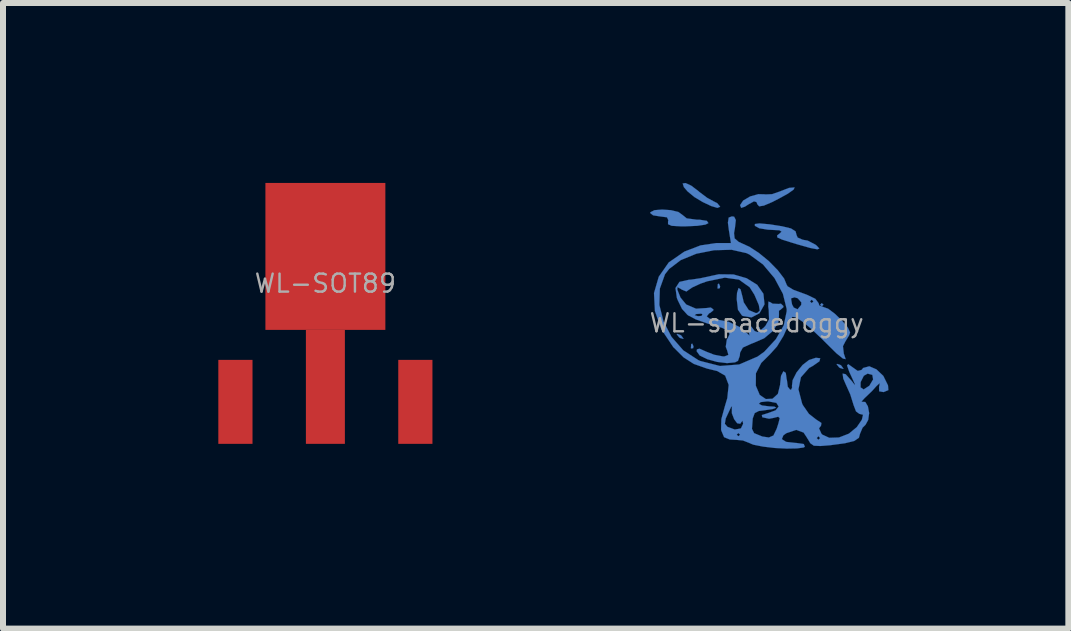
<source format=kicad_pcb>
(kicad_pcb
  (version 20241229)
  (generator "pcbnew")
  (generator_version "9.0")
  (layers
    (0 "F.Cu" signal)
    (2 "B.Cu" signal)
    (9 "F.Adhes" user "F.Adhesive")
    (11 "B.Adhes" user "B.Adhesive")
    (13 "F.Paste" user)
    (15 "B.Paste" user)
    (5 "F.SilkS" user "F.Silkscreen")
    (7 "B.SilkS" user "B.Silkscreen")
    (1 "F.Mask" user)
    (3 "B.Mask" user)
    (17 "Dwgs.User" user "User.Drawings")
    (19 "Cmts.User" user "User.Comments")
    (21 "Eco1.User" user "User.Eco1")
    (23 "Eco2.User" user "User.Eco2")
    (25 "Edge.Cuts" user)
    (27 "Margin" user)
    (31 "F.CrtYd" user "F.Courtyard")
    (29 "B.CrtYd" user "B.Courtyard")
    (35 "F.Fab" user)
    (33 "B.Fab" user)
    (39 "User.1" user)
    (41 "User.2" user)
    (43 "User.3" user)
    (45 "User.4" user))
  (footprint "WL-spacedoggy"
    (layer "F.Cu")
    (at 9.566 2.336)
    (property "Reference" "WL-spacedoggy" (at 0 0 0) (layer "F.Fab") (effects (font (size 0.3 0.3) (thickness 0.04))))
    (attr through_hole)
    (fp_poly (pts (xy 0 0.084) (xy 0.028 0.112) (xy 0.056 0.084) (xy 0.028 0.056) (xy 0 0.084)) (stroke (width 0.003) (type solid)) (fill yes) (layer "B.Cu"))
    (fp_poly (pts (xy 1.057 -0.305) (xy 1.085 -0.279) (xy 1.113 -0.305) (xy 1.085 -0.333) (xy 1.057 -0.305)) (stroke (width 0.003) (type solid)) (fill yes) (layer "B.Cu"))
    (fp_poly (pts (xy -1.097 0.419) (xy -1.092 0.424) (xy -1.059 0.419) (xy -1.054 0.389) (xy -1.074 0.343) (xy -1.092 0.351) (xy -1.097 0.419)) (stroke (width 0.003) (type solid)) (fill yes) (layer "B.Cu"))
    (fp_poly (pts (xy -0.653 -0.582) (xy -0.648 -0.574) (xy -0.615 -0.582) (xy -0.61 -0.612) (xy -0.63 -0.658) (xy -0.648 -0.648) (xy -0.653 -0.582)) (stroke (width 0.003) (type solid)) (fill yes) (layer "B.Cu"))
    (fp_poly (pts (xy -1.333 0.188) (xy -1.293 0.239) (xy -1.278 0.249) (xy -1.224 0.264) (xy -1.222 0.257) (xy -1.26 0.206) (xy -1.278 0.196) (xy -1.328 0.18) (xy -1.333 0.188)) (stroke (width 0.003) (type solid)) (fill yes) (layer "B.Cu"))
    (fp_poly (pts (xy 1.333 0.688) (xy 1.374 0.739) (xy 1.389 0.749) (xy 1.443 0.765) (xy 1.445 0.757) (xy 1.407 0.706) (xy 1.389 0.696) (xy 1.339 0.681) (xy 1.333 0.688)) (stroke (width 0.003) (type solid)) (fill yes) (layer "B.Cu"))
    (fp_poly (pts (xy -1.234 -2.327) (xy -1.214 -2.266) (xy -1.153 -2.195) (xy -1.039 -2.101) (xy -0.899 -2.017) (xy -0.759 -1.951) (xy -0.655 -1.92) (xy -0.61 -1.938) (xy -0.61 -1.941) (xy -0.658 -1.999) (xy -0.714 -2.027) (xy -0.826 -2.088) (xy -0.958 -2.187) (xy -0.968 -2.197) (xy -1.092 -2.291) (xy -1.186 -2.334) (xy -1.234 -2.327)) (stroke (width 0.003) (type solid)) (fill yes) (layer "B.Cu"))
    (fp_poly (pts (xy -1.775 -1.834) (xy -1.727 -1.796) (xy -1.613 -1.778) (xy -1.496 -1.763) (xy -1.473 -1.714) (xy -1.478 -1.694) (xy -1.478 -1.648) (xy -1.417 -1.621) (xy -1.273 -1.613) (xy -1.176 -1.613) (xy -0.991 -1.621) (xy -0.856 -1.641) (xy -0.805 -1.666) (xy -0.831 -1.704) (xy -0.947 -1.722) (xy -0.991 -1.722) (xy -1.166 -1.745) (xy -1.242 -1.806) (xy -1.306 -1.852) (xy -1.43 -1.882) (xy -1.577 -1.892) (xy -1.704 -1.882) (xy -1.773 -1.847) (xy -1.775 -1.834)) (stroke (width 0.003) (type solid)) (fill yes) (layer "B.Cu"))
    (fp_poly (pts (xy -0.277 -1.966) (xy -0.259 -1.92) (xy -0.196 -1.941) (xy -0.142 -1.976) (xy -0.046 -2.029) (xy -0.003 -2.017) (xy 0.01 -1.981) (xy 0.041 -1.946) (xy 0.119 -1.958) (xy 0.262 -2.019) (xy 0.361 -2.07) (xy 0.518 -2.156) (xy 0.615 -2.225) (xy 0.632 -2.261) (xy 0.63 -2.261) (xy 0.538 -2.253) (xy 0.406 -2.202) (xy 0.396 -2.197) (xy 0.257 -2.149) (xy 0.147 -2.144) (xy 0.142 -2.146) (xy 0.028 -2.149) (xy -0.109 -2.111) (xy -0.226 -2.042) (xy -0.277 -1.966)) (stroke (width 0.003) (type solid)) (fill yes) (layer "B.Cu"))
    (fp_poly (pts (xy -0.03 -1.621) (xy 0.043 -1.58) (xy 0.185 -1.557) (xy 0.239 -1.554) (xy 0.378 -1.547) (xy 0.414 -1.524) (xy 0.391 -1.501) (xy 0.34 -1.46) (xy 0.345 -1.427) (xy 0.422 -1.392) (xy 0.584 -1.341) (xy 0.676 -1.313) (xy 0.892 -1.252) (xy 1.011 -1.229) (xy 1.044 -1.242) (xy 1.003 -1.288) (xy 0.978 -1.308) (xy 0.851 -1.374) (xy 0.767 -1.389) (xy 0.683 -1.425) (xy 0.665 -1.466) (xy 0.648 -1.529) (xy 0.572 -1.577) (xy 0.424 -1.613) (xy 0.216 -1.646) (xy 0.046 -1.661) (xy -0.03 -1.651) (xy -0.03 -1.621)) (stroke (width 0.003) (type solid)) (fill yes) (layer "B.Cu"))
    (fp_poly (pts (xy -1.354 -0.584) (xy -1.331 -0.419) (xy -1.316 -0.381) (xy -1.245 -0.236) (xy -1.153 -0.135) (xy -1.034 -0.071) (xy -1.034 -0.13) (xy -1.011 -0.15) (xy -0.925 -0.157) (xy -0.904 -0.145) (xy -0.919 -0.119) (xy -0.978 -0.114) (xy -1.034 -0.13) (xy -1.034 -0.071) (xy -1.016 -0.061) (xy -0.803 0.013) (xy -0.765 0.023) (xy -0.574 0.081) (xy -0.478 0.13) (xy -0.452 0.185) (xy -0.488 0.262) (xy -0.498 0.274) (xy -0.516 0.396) (xy -0.493 0.455) (xy -0.472 0.531) (xy -0.536 0.556) (xy -0.566 0.556) (xy -0.711 0.528) (xy -0.846 0.475) (xy -0.953 0.427) (xy -0.996 0.439) (xy -1.001 0.47) (xy -0.95 0.541) (xy -0.826 0.602) (xy -0.66 0.648) (xy -0.495 0.668) (xy -0.361 0.655) (xy -0.312 0.63) (xy -0.282 0.546) (xy -0.277 0.493) (xy -0.231 0.409) (xy -0.086 0.343) (xy -0.058 0.333) (xy 0.124 0.254) (xy 0.272 0.13) (xy 0.361 -0.01) (xy 0.371 -0.124) (xy 0.371 -0.206) (xy 0.396 -0.221) (xy 0.445 -0.264) (xy 0.445 -0.284) (xy 0.404 -0.323) (xy 0.368 -0.318) (xy 0.264 -0.323) (xy 0.231 -0.345) (xy 0.196 -0.358) (xy 0.193 -0.274) (xy 0.201 -0.216) (xy 0.206 -0.061) (xy 0.145 0.048) (xy 0.109 0.084) (xy 0.013 0.152) (xy -0.036 0.132) (xy -0.041 0.124) (xy -0.091 0.058) (xy -0.135 0.079) (xy -0.132 0.152) (xy -0.119 0.211) (xy -0.152 0.178) (xy -0.279 0.069) (xy -0.462 -0.018) (xy -0.653 -0.056) (xy -0.671 -0.056) (xy -0.787 -0.074) (xy -0.833 -0.112) (xy -0.79 -0.165) (xy -0.777 -0.168) (xy -0.724 -0.211) (xy -0.721 -0.226) (xy -0.765 -0.259) (xy -0.828 -0.251) (xy -1.011 -0.239) (xy -1.176 -0.31) (xy -1.27 -0.424) (xy -1.323 -0.556) (xy -1.321 -0.599) (xy -1.257 -0.564) (xy -1.252 -0.559) (xy -1.171 -0.526) (xy -1.14 -0.549) (xy -1.074 -0.594) (xy -0.935 -0.658) (xy -0.826 -0.696) (xy -0.531 -0.757) (xy -0.295 -0.724) (xy -0.117 -0.597) (xy -0.038 -0.472) (xy 0.036 -0.3) (xy 0.051 -0.206) (xy 0.008 -0.168) (xy -0.02 -0.168) (xy -0.132 -0.216) (xy -0.216 -0.345) (xy -0.236 -0.434) (xy -0.269 -0.561) (xy -0.302 -0.584) (xy -0.328 -0.503) (xy -0.333 -0.399) (xy -0.312 -0.221) (xy -0.249 -0.13) (xy -0.236 -0.119) (xy -0.086 -0.094) (xy 0.046 -0.163) (xy 0.124 -0.3) (xy 0.13 -0.315) (xy 0.112 -0.488) (xy 0.008 -0.638) (xy -0.168 -0.747) (xy -0.386 -0.81) (xy -0.632 -0.813) (xy -0.754 -0.787) (xy -0.937 -0.747) (xy -1.092 -0.724) (xy -1.133 -0.721) (xy -1.288 -0.686) (xy -1.354 -0.584)) (stroke (width 0.003) (type solid)) (fill yes) (layer "B.Cu"))
    (fp_poly (pts (xy -1.712 -0.5) (xy -1.697 -0.201) (xy -1.623 0.008) (xy -1.623 -0.302) (xy -1.615 -0.574) (xy -1.529 -0.813) (xy -1.46 -0.902) (xy -1.267 -1.049) (xy -1.006 -1.156) (xy -0.711 -1.214) (xy -0.419 -1.222) (xy -0.17 -1.166) (xy -0.122 -1.143) (xy 0.104 -0.978) (xy 0.297 -0.749) (xy 0.437 -0.488) (xy 0.5 -0.234) (xy 0.5 -0.196) (xy 0.452 0.036) (xy 0.32 0.269) (xy 0.127 0.478) (xy 0.015 0.559) (xy -0.292 0.691) (xy -0.612 0.716) (xy -0.942 0.632) (xy -0.975 0.617) (xy -1.224 0.455) (xy -1.42 0.231) (xy -1.554 -0.028) (xy -1.623 -0.302) (xy -1.623 0.008) (xy -1.59 0.104) (xy -1.389 0.404) (xy -1.377 0.414) (xy -1.219 0.572) (xy -1.049 0.681) (xy -0.828 0.759) (xy -0.658 0.8) (xy -0.526 0.876) (xy -0.467 1.031) (xy -0.49 1.252) (xy -0.531 1.389) (xy -0.589 1.6) (xy -0.594 1.773) (xy -0.589 1.796) (xy -0.544 1.902) (xy -0.531 1.908) (xy -0.531 1.679) (xy -0.516 1.59) (xy -0.472 1.496) (xy -0.427 1.4) (xy -0.409 1.389) (xy -0.414 1.407) (xy -0.414 1.504) (xy -0.376 1.603) (xy -0.325 1.671) (xy -0.274 1.679) (xy -0.259 1.656) (xy -0.236 1.628) (xy -0.226 1.679) (xy -0.264 1.758) (xy -0.366 1.775) (xy -0.488 1.73) (xy -0.531 1.679) (xy -0.531 1.908) (xy -0.45 1.941) (xy -0.371 1.946) (xy -0.333 1.948) (xy -0.333 1.862) (xy -0.305 1.834) (xy -0.277 1.862) (xy -0.305 1.887) (xy -0.333 1.862) (xy -0.333 1.948) (xy -0.229 1.958) (xy -0.137 1.994) (xy -0.135 1.994) (xy -0.079 2.019) (xy -0.079 1.763) (xy -0.066 1.59) (xy -0.033 1.501) (xy 0.036 1.466) (xy 0.124 1.455) (xy 0.262 1.435) (xy 0.325 1.412) (xy 0.297 1.394) (xy 0.208 1.389) (xy 0.089 1.374) (xy 0.036 1.346) (xy 0.066 1.318) (xy 0.175 1.306) (xy 0.193 1.306) (xy 0.328 1.331) (xy 0.366 1.392) (xy 0.315 1.455) (xy 0.191 1.501) (xy 0.086 1.534) (xy 0.094 1.572) (xy 0.099 1.572) (xy 0.206 1.595) (xy 0.279 1.582) (xy 0.358 1.562) (xy 0.384 1.585) (xy 0.361 1.676) (xy 0.333 1.763) (xy 0.279 1.875) (xy 0.203 1.908) (xy 0.094 1.892) (xy -0.043 1.836) (xy -0.079 1.763) (xy -0.079 2.019) (xy -0.051 2.029) (xy 0.107 2.06) (xy 0.302 2.083) (xy 0.5 2.093) (xy 0.671 2.09) (xy 0.782 2.075) (xy 0.803 2.062) (xy 0.785 2.017) (xy 0.66 1.999) (xy 0.648 1.999) (xy 0.49 1.981) (xy 0.419 1.935) (xy 0.445 1.872) (xy 0.495 1.836) (xy 0.66 1.781) (xy 0.782 1.826) (xy 0.846 1.923) (xy 0.894 2.004) (xy 0.953 2.045) (xy 1.001 2.047) (xy 1.001 1.918) (xy 1.029 1.887) (xy 1.057 1.918) (xy 1.029 1.946) (xy 1.001 1.918) (xy 1.001 2.047) (xy 1.062 2.05) (xy 1.224 2.037) (xy 1.471 2.004) (xy 1.626 1.966) (xy 1.704 1.913) (xy 1.722 1.847) (xy 1.765 1.745) (xy 1.814 1.697) (xy 1.859 1.615) (xy 1.875 1.501) (xy 1.854 1.389) (xy 1.811 1.316) (xy 1.76 1.313) (xy 1.748 1.308) (xy 1.803 1.247) (xy 1.806 1.245) (xy 1.923 1.133) (xy 1.994 1.054) (xy 2.05 1.001) (xy 2.047 1.039) (xy 2.04 1.064) (xy 2.042 1.138) (xy 2.116 1.151) (xy 2.195 1.118) (xy 2.189 1.039) (xy 2.111 0.881) (xy 1.996 0.772) (xy 1.877 0.721) (xy 1.775 0.749) (xy 1.748 0.782) (xy 1.684 0.798) (xy 1.608 0.744) (xy 1.527 0.686) (xy 1.506 0.706) (xy 1.544 0.815) (xy 1.585 0.904) (xy 1.636 1.016) (xy 1.638 1.036) (xy 1.59 0.973) (xy 1.577 0.958) (xy 1.483 0.853) (xy 1.433 0.843) (xy 1.443 0.925) (xy 1.481 1.013) (xy 1.56 1.189) (xy 1.613 1.359) (xy 1.613 1.361) (xy 1.656 1.473) (xy 1.712 1.514) (xy 1.714 1.514) (xy 1.732 1.519) (xy 1.732 1.072) (xy 1.732 0.986) (xy 1.786 0.879) (xy 1.849 0.843) (xy 1.928 0.864) (xy 1.941 0.94) (xy 1.882 1.039) (xy 1.88 1.044) (xy 1.783 1.107) (xy 1.732 1.072) (xy 1.732 1.519) (xy 1.773 1.529) (xy 1.753 1.613) (xy 1.669 1.735) (xy 1.537 1.844) (xy 1.372 1.908) (xy 1.209 1.913) (xy 1.092 1.859) (xy 1.079 1.844) (xy 1.039 1.755) (xy 1.072 1.712) (xy 1.079 1.666) (xy 0.991 1.608) (xy 0.871 1.514) (xy 0.77 1.369) (xy 0.757 1.341) (xy 0.696 1.105) (xy 0.737 0.904) (xy 0.874 0.749) (xy 0.937 0.714) (xy 1.046 0.638) (xy 1.059 0.587) (xy 0.986 0.579) (xy 0.871 0.617) (xy 0.765 0.699) (xy 0.665 0.823) (xy 0.599 0.953) (xy 0.587 1.054) (xy 0.592 1.067) (xy 0.577 1.107) (xy 0.559 1.113) (xy 0.518 1.062) (xy 0.503 0.945) (xy 0.5 0.942) (xy 0.485 0.831) (xy 0.447 0.805) (xy 0.445 0.805) (xy 0.406 0.879) (xy 0.391 1.013) (xy 0.391 1.026) (xy 0.353 1.181) (xy 0.264 1.262) (xy 0.152 1.267) (xy 0.051 1.199) (xy -0.013 1.049) (xy -0.015 1.039) (xy -0.013 0.838) (xy 0.076 0.665) (xy 0.221 0.521) (xy 0.338 0.391) (xy 0.447 0.213) (xy 0.472 0.157) (xy 0.538 0.01) (xy 0.572 -0.061) (xy 0.572 -0.411) (xy 0.63 -0.429) (xy 0.683 -0.414) (xy 0.744 -0.345) (xy 0.742 -0.302) (xy 0.681 -0.229) (xy 0.617 -0.259) (xy 0.589 -0.312) (xy 0.572 -0.411) (xy 0.572 -0.061) (xy 0.584 -0.086) (xy 0.594 -0.104) (xy 0.65 -0.097) (xy 0.765 -0.023) (xy 0.889 0.079) (xy 0.889 -0.361) (xy 0.917 -0.389) (xy 0.945 -0.361) (xy 0.917 -0.333) (xy 0.889 -0.361) (xy 0.889 0.079) (xy 0.917 0.104) (xy 1.087 0.264) (xy 1.161 0.338) (xy 1.328 0.503) (xy 1.438 0.592) (xy 1.483 0.602) (xy 1.46 0.531) (xy 1.453 0.513) (xy 1.438 0.386) (xy 1.478 0.307) (xy 1.539 0.208) (xy 1.557 0.157) (xy 1.519 0.074) (xy 1.422 -0.041) (xy 1.303 -0.155) (xy 1.191 -0.239) (xy 1.12 -0.264) (xy 1.044 -0.292) (xy 1.031 -0.333) (xy 0.978 -0.404) (xy 0.836 -0.472) (xy 0.765 -0.498) (xy 0.612 -0.554) (xy 0.516 -0.612) (xy 0.5 -0.638) (xy 0.457 -0.742) (xy 0.351 -0.881) (xy 0.201 -1.034) (xy 0.033 -1.171) (xy -0.124 -1.273) (xy -0.152 -1.285) (xy -0.302 -1.354) (xy -0.368 -1.412) (xy -0.378 -1.499) (xy -0.363 -1.585) (xy -0.348 -1.717) (xy -0.376 -1.773) (xy -0.414 -1.778) (xy -0.467 -1.758) (xy -0.48 -1.674) (xy -0.465 -1.557) (xy -0.429 -1.333) (xy -0.676 -1.333) (xy -0.935 -1.295) (xy -1.206 -1.191) (xy -1.466 -1.011) (xy -1.633 -0.772) (xy -1.712 -0.5)) (stroke (width 0.003) (type solid)) (fill yes) (layer "B.Cu")))
  (footprint "WL-SOT89"
    (layer "F.Cu")
    (at 2.375 2.175)
    (property "Reference" "WL-SOT89" (at 0 -0.5 0) (layer "F.Fab") (effects (font (size 0.3 0.3) (thickness 0.04))))
    (attr smd)
    (fp_line (start -2.3 -1.325) (end 2.3 -1.325) (stroke (width 0.15) (type solid)) (layer "Eco1.User"))
    (fp_line (start -2.3 1.275) (end -2.3 -1.325) (stroke (width 0.15) (type solid)) (layer "Eco1.User"))
    (fp_line (start 2.3 -1.325) (end 2.3 1.275) (stroke (width 0.15) (type solid)) (layer "Eco1.User"))
    (fp_line (start 2.3 1.275) (end -2.3 1.275) (stroke (width 0.15) (type solid)) (layer "Eco1.User"))
    (pad "1" smd rect (at -1.5 1.475) (size 0.57 1.4) (layers "F.Cu" "F.Mask" "F.Paste"))
    (pad "2" smd rect (at 0 -0.95) (size 2 2.45) (layers "F.Cu" "F.Mask" "F.Paste"))
    (pad "2" smd rect (at 0 1.225) (size 0.65 1.9) (layers "F.Cu" "F.Mask" "F.Paste"))
    (pad "3" smd rect (at 1.5 1.475) (size 0.57 1.4) (layers "F.Cu" "F.Mask" "F.Paste")))
  (gr_rect
    (start -3 -3)
    (end 14.762 7.43)
    (stroke (width 0.1) (type default))
    (fill no)
    (layer "Edge.Cuts")))
</source>
